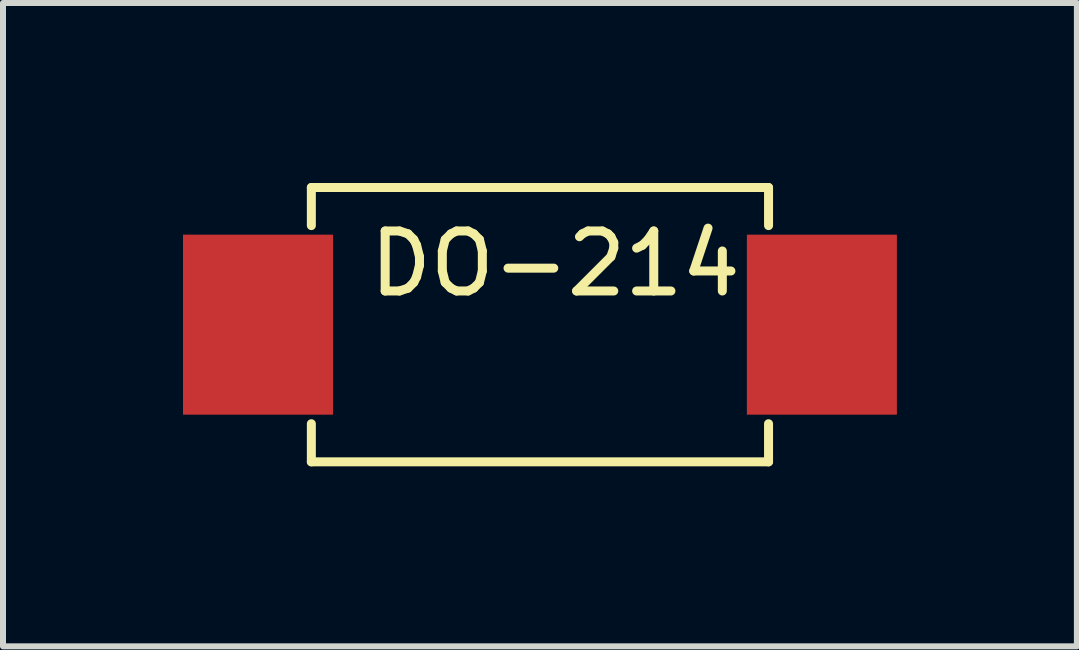
<source format=kicad_pcb>
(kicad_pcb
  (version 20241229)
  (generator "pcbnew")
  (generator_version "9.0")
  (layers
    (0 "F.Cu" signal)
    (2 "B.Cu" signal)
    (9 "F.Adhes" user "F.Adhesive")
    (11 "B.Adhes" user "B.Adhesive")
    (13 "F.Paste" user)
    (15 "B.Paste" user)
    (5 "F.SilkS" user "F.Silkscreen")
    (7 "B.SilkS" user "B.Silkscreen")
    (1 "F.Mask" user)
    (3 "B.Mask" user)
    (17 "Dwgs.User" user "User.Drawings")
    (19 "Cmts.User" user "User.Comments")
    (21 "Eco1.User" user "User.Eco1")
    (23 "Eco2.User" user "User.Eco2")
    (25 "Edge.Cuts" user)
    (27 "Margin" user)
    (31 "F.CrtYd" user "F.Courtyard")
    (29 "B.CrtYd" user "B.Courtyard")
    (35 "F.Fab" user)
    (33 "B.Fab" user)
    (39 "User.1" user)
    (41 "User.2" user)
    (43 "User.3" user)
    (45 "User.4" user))
  (footprint "DO-214"
    (layer "F.Cu")
    (at 5.949 2.361)
    (property "Reference" "DO-214" (at 0.254 -1.016 0) (layer "F.SilkS") (effects (font (size 1 1) (thickness 0.15))))
    (attr through_hole)
    (fp_line (start -3.81 -1.651) (end -3.81 -2.286) (stroke (width 0.15) (type solid)) (layer "F.SilkS"))
    (fp_line (start -3.81 1.651) (end -3.81 2.286) (stroke (width 0.15) (type solid)) (layer "F.SilkS"))
    (fp_line (start 3.81 -2.286) (end -3.81 -2.286) (stroke (width 0.15) (type solid)) (layer "F.SilkS"))
    (fp_line (start 3.81 -1.651) (end 3.81 -2.286) (stroke (width 0.15) (type solid)) (layer "F.SilkS"))
    (fp_line (start 3.81 1.651) (end 3.81 2.286) (stroke (width 0.15) (type solid)) (layer "F.SilkS"))
    (fp_line (start 3.81 2.286) (end -3.81 2.286) (stroke (width 0.15) (type solid)) (layer "F.SilkS"))
    (pad "1" smd rect (at -4.699 0) (size 2.5 3) (layers "F.Cu" "F.Mask" "F.Paste"))
    (pad "2" smd rect (at 4.699 0) (size 2.5 3) (layers "F.Cu" "F.Mask" "F.Paste")))
  (gr_rect
    (start -3 -3)
    (end 14.898 7.722)
    (stroke (width 0.1) (type default))
    (fill no)
    (layer "Edge.Cuts")))
</source>
